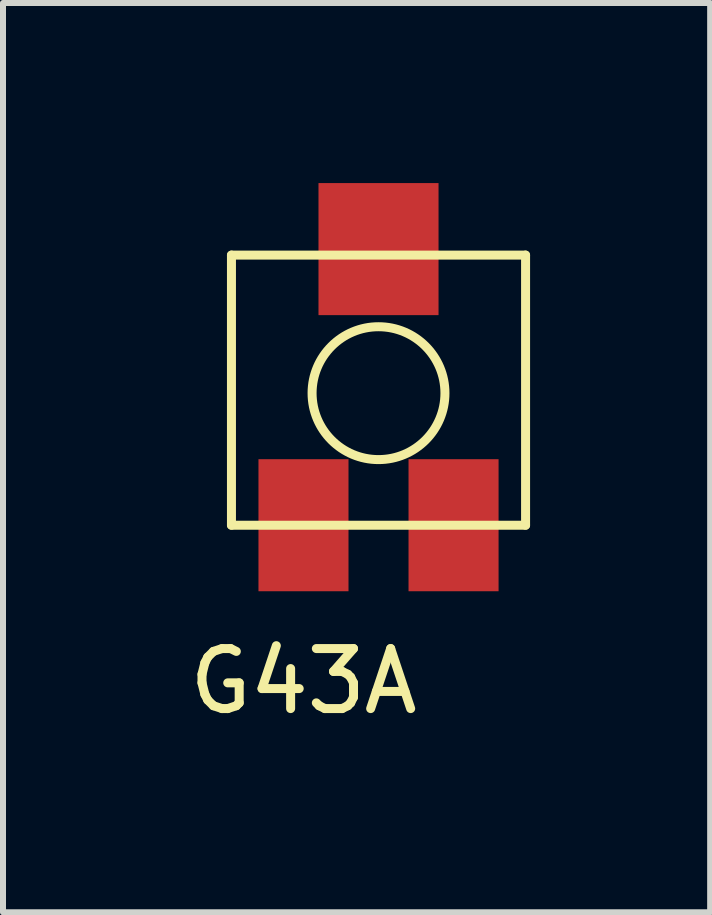
<source format=kicad_pcb>
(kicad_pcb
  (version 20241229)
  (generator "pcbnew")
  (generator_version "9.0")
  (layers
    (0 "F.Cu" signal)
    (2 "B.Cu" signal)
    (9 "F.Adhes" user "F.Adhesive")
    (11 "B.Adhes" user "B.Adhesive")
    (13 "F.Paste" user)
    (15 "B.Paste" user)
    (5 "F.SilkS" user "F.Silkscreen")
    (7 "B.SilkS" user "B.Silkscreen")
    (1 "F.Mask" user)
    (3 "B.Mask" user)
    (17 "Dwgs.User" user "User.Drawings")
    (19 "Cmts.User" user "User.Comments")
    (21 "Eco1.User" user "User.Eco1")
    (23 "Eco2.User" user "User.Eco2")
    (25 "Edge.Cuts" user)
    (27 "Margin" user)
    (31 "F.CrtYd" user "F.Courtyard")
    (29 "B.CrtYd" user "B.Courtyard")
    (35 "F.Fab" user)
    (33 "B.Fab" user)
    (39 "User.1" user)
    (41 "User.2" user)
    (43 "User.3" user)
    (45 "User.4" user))
  (footprint "G43A"
    (layer "F.Cu")
    (at 2.006 5.7)
    (property "Reference" "G43A" (at 0 2.6 0) (layer "F.SilkS") (effects (font (size 1 1) (thickness 0.15))))
    (attr through_hole)
    (fp_line (start -1.2 -4.5) (end -1.2 0) (stroke (width 0.15) (type solid)) (layer "F.SilkS"))
    (fp_line (start -1.2 -4.5) (end 3.7 -4.5) (stroke (width 0.15) (type solid)) (layer "F.SilkS"))
    (fp_line (start 3.7 -4.5) (end 3.7 0) (stroke (width 0.15) (type solid)) (layer "F.SilkS"))
    (fp_line (start 3.7 0) (end -1.2 0) (stroke (width 0.15) (type solid)) (layer "F.SilkS"))
    (fp_circle (center 1.25 -2.2) (end 2.3 -1.85) (stroke (width 0.15) (type solid)) (fill no) (layer "F.SilkS"))
    (pad "1" smd rect (at 2.5 0) (size 1.5 2.2) (layers "F.Cu" "F.Mask" "F.Paste"))
    (pad "2" smd rect (at 1.25 -4.6) (size 2 2.2) (layers "F.Cu" "F.Mask" "F.Paste"))
    (pad "3" smd rect (at 0 0) (size 1.5 2.2) (layers "F.Cu" "F.Mask" "F.Paste")))
  (gr_rect
    (start -3 -3)
    (end 8.781 12.148)
    (stroke (width 0.1) (type default))
    (fill no)
    (layer "Edge.Cuts")))
</source>
